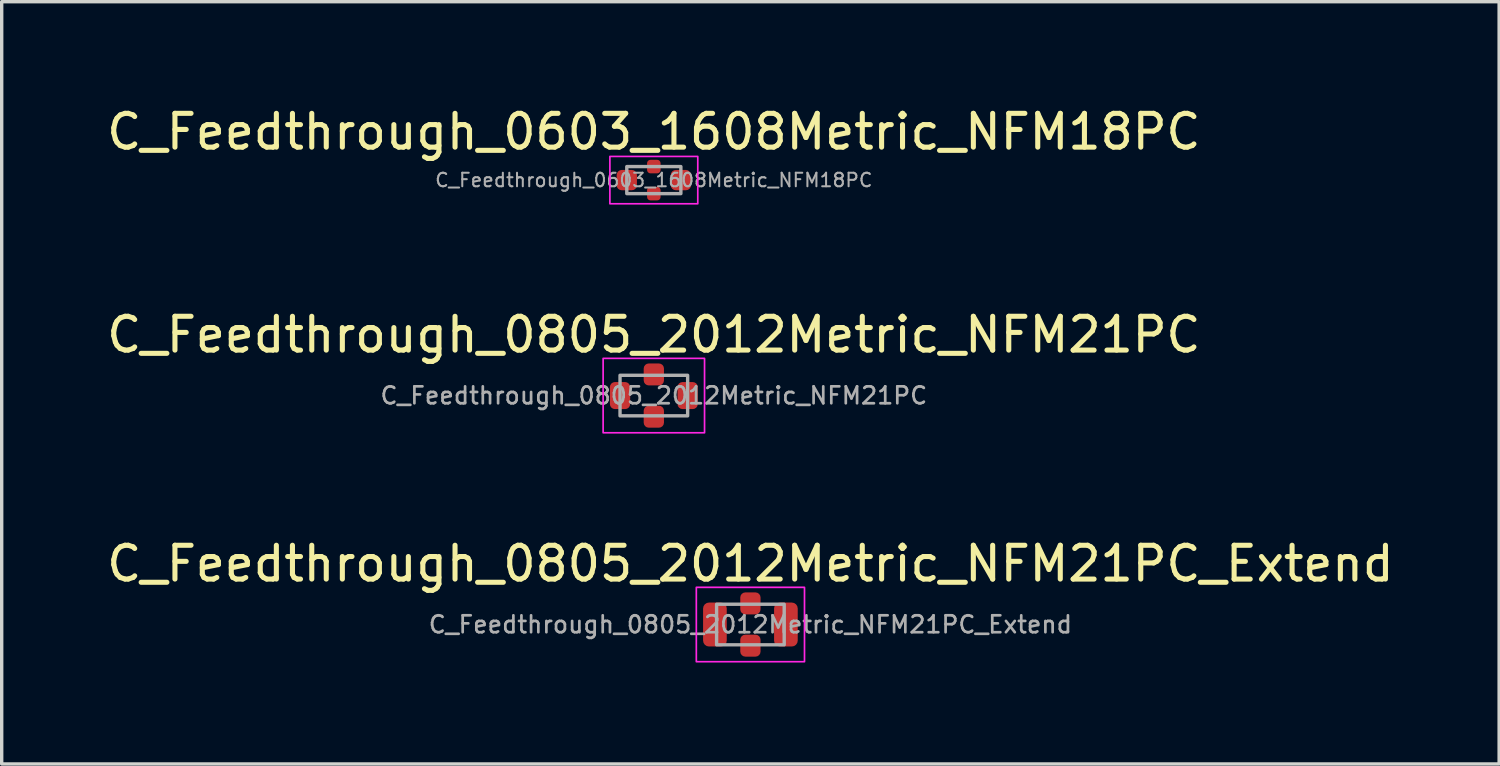
<source format=kicad_pcb>
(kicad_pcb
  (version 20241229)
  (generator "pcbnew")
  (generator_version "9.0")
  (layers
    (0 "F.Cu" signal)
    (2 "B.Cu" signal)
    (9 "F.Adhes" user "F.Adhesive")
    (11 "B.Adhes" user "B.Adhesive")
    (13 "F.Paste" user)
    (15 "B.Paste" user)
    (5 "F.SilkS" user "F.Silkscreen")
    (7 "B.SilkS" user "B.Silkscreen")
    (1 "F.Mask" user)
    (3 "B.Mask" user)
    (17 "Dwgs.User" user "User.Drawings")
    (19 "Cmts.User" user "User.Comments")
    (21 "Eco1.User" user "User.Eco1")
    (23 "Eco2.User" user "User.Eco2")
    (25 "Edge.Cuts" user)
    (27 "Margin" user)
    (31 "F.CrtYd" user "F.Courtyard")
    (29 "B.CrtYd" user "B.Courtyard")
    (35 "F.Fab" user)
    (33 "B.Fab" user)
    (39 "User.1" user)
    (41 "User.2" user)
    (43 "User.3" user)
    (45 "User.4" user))
  (footprint "C_Feedthrough_0603_1608Metric_NFM18PC"
    (layer "F.Cu")
    (at 16.292 2.278)
    (property "Reference" "C_Feedthrough_0603_1608Metric_NFM18PC" (at 0 -1.43 0) (unlocked yes) (layer "F.SilkS") (effects (font (size 1 1) (thickness 0.15))))
    (attr smd)
    (fp_rect (start -1.3 -0.7) (end 1.3 0.7) (stroke (width 0.05) (type solid)) (fill no) (layer "F.CrtYd"))
    (fp_rect (start -0.8 -0.4) (end 0.8 0.4) (stroke (width 0.1) (type solid)) (fill no) (layer "F.Fab"))
    (fp_text user "${REFERENCE}" (at 0 0 0) (unlocked yes) (layer "F.Fab") (effects (font (size 0.4 0.4) (thickness 0.06))))
    (pad "1" smd roundrect (at -0.8 0) (size 0.6 0.6) (layers "F.Cu" "F.Mask" "F.Paste") (roundrect_rratio 0.25))
    (pad "2" smd roundrect (at 0 -0.4) (size 0.4 0.4) (layers "F.Cu" "F.Mask" "F.Paste") (roundrect_rratio 0.25))
    (pad "2" smd roundrect (at 0 0.4) (size 0.4 0.4) (layers "F.Cu" "F.Mask" "F.Paste") (roundrect_rratio 0.25))
    (pad "3" smd roundrect (at 0.8 0) (size 0.6 0.6) (layers "F.Cu" "F.Mask" "F.Paste") (roundrect_rratio 0.25)))
  (footprint "C_Feedthrough_0805_2012Metric_NFM21PC_Extend"
    (layer "F.Cu")
    (at 19.149 15.425)
    (property "Reference" "C_Feedthrough_0805_2012Metric_NFM21PC_Extend" (at 0 -1.8 0) (unlocked yes) (layer "F.SilkS") (effects (font (size 1 1) (thickness 0.15))))
    (attr smd)
    (fp_rect (start -1.6 -1.1) (end 1.6 1.1) (stroke (width 0.05) (type default)) (fill no) (layer "F.CrtYd"))
    (fp_rect (start -1 -0.6) (end 1 0.6) (stroke (width 0.1) (type solid)) (fill no) (layer "F.Fab"))
    (fp_text user "${REFERENCE}" (at 0 0 0) (unlocked yes) (layer "F.Fab") (effects (font (size 0.5 0.5) (thickness 0.08))))
    (pad "1" smd roundrect (at -1.05 0) (size 0.7 1.3) (layers "F.Cu" "F.Mask" "F.Paste") (roundrect_rratio 0.25))
    (pad "2" smd roundrect (at 0 -0.625) (size 0.6 0.65) (layers "F.Cu" "F.Mask" "F.Paste") (roundrect_rratio 0.25))
    (pad "2" smd roundrect (at 0 0.625) (size 0.6 0.65) (layers "F.Cu" "F.Mask" "F.Paste") (roundrect_rratio 0.25))
    (pad "3" smd roundrect (at 1.05 0) (size 0.7 1.3) (layers "F.Cu" "F.Mask" "F.Paste") (roundrect_rratio 0.25)))
  (footprint "C_Feedthrough_0805_2012Metric_NFM21PC"
    (layer "F.Cu")
    (at 16.292 8.652)
    (property "Reference" "C_Feedthrough_0805_2012Metric_NFM21PC" (at 0 -1.8 0) (unlocked yes) (layer "F.SilkS") (effects (font (size 1 1) (thickness 0.15))))
    (attr smd)
    (fp_rect (start -1.5 -1.1) (end 1.5 1.1) (stroke (width 0.05) (type default)) (fill no) (layer "F.CrtYd"))
    (fp_rect (start -1 -0.6) (end 1 0.6) (stroke (width 0.1) (type solid)) (fill no) (layer "F.Fab"))
    (fp_text user "${REFERENCE}" (at 0 0 0) (unlocked yes) (layer "F.Fab") (effects (font (size 0.5 0.5) (thickness 0.08))))
    (pad "1" smd roundrect (at -1 0) (size 0.6 0.8) (layers "F.Cu" "F.Mask" "F.Paste") (roundrect_rratio 0.25))
    (pad "2" smd roundrect (at 0 -0.625) (size 0.6 0.65) (layers "F.Cu" "F.Mask" "F.Paste") (roundrect_rratio 0.25))
    (pad "2" smd roundrect (at 0 0.625) (size 0.6 0.65) (layers "F.Cu" "F.Mask" "F.Paste") (roundrect_rratio 0.25))
    (pad "3" smd roundrect (at 1 0) (size 0.6 0.8) (layers "F.Cu" "F.Mask" "F.Paste") (roundrect_rratio 0.25)))
  (gr_rect
    (start -3 -3)
    (end 41.298 19.55)
    (stroke (width 0.1) (type default))
    (fill no)
    (layer "Edge.Cuts")))
</source>
